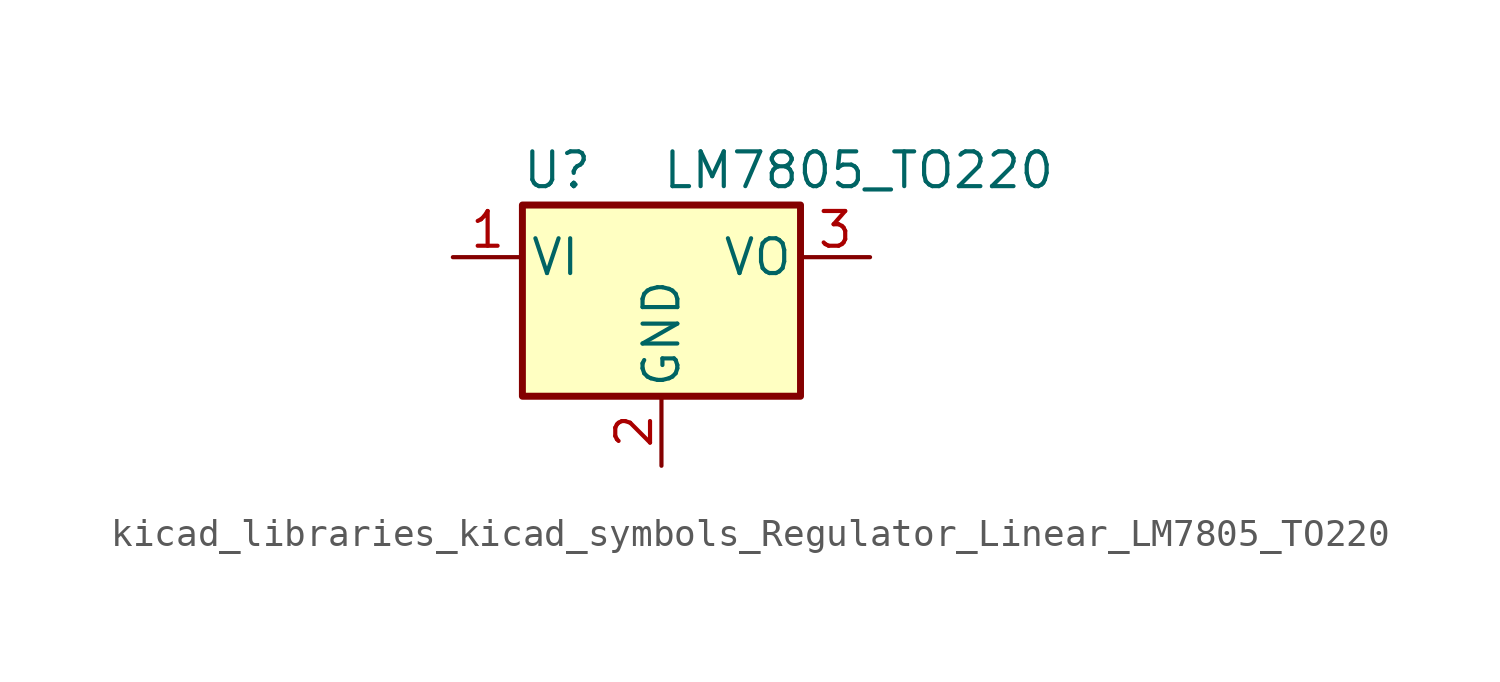
<source format=kicad_sym>
(kicad_symbol_lib
  (version 20220914)
  (generator kicad_symbol_editor)
  (symbol "kicad_libraries_kicad_symbols_Regulator_Linear_LM7805_TO220"
    (pin_names
      (offset 0.254))
    (property "Reference" "U"
      (at -3.81 3.175 0)
      (effects (font (size 1.27 1.27))))
    (property "Value" "LM7805_TO220"
      (at 0 3.175 0)
      (effects (font (size 1.27 1.27)) (justify left)))
    (symbol "kicad_libraries_kicad_symbols_Regulator_Linear_LM7805_TO220_0_1"
      (rectangle (start -5.08 1.905) (end 5.08 -5.08) (stroke (width 0.254) (type default)) (fill (type background))))
    (symbol "kicad_libraries_kicad_symbols_Regulator_Linear_LM7805_TO220_1_1"
      (pin power_in line (at -7.62 0 0) (length 2.54) (name "VI" (effects (font (size 1.27 1.27)))) (number "1" (effects (font (size 1.27 1.27)))))
      (pin power_in line (at 0 -7.62 90) (length 2.54) (name "GND" (effects (font (size 1.27 1.27)))) (number "2" (effects (font (size 1.27 1.27)))))
      (pin power_out line (at 7.62 0 180) (length 2.54) (name "VO" (effects (font (size 1.27 1.27)))) (number "3" (effects (font (size 1.27 1.27))))))))
</source>
